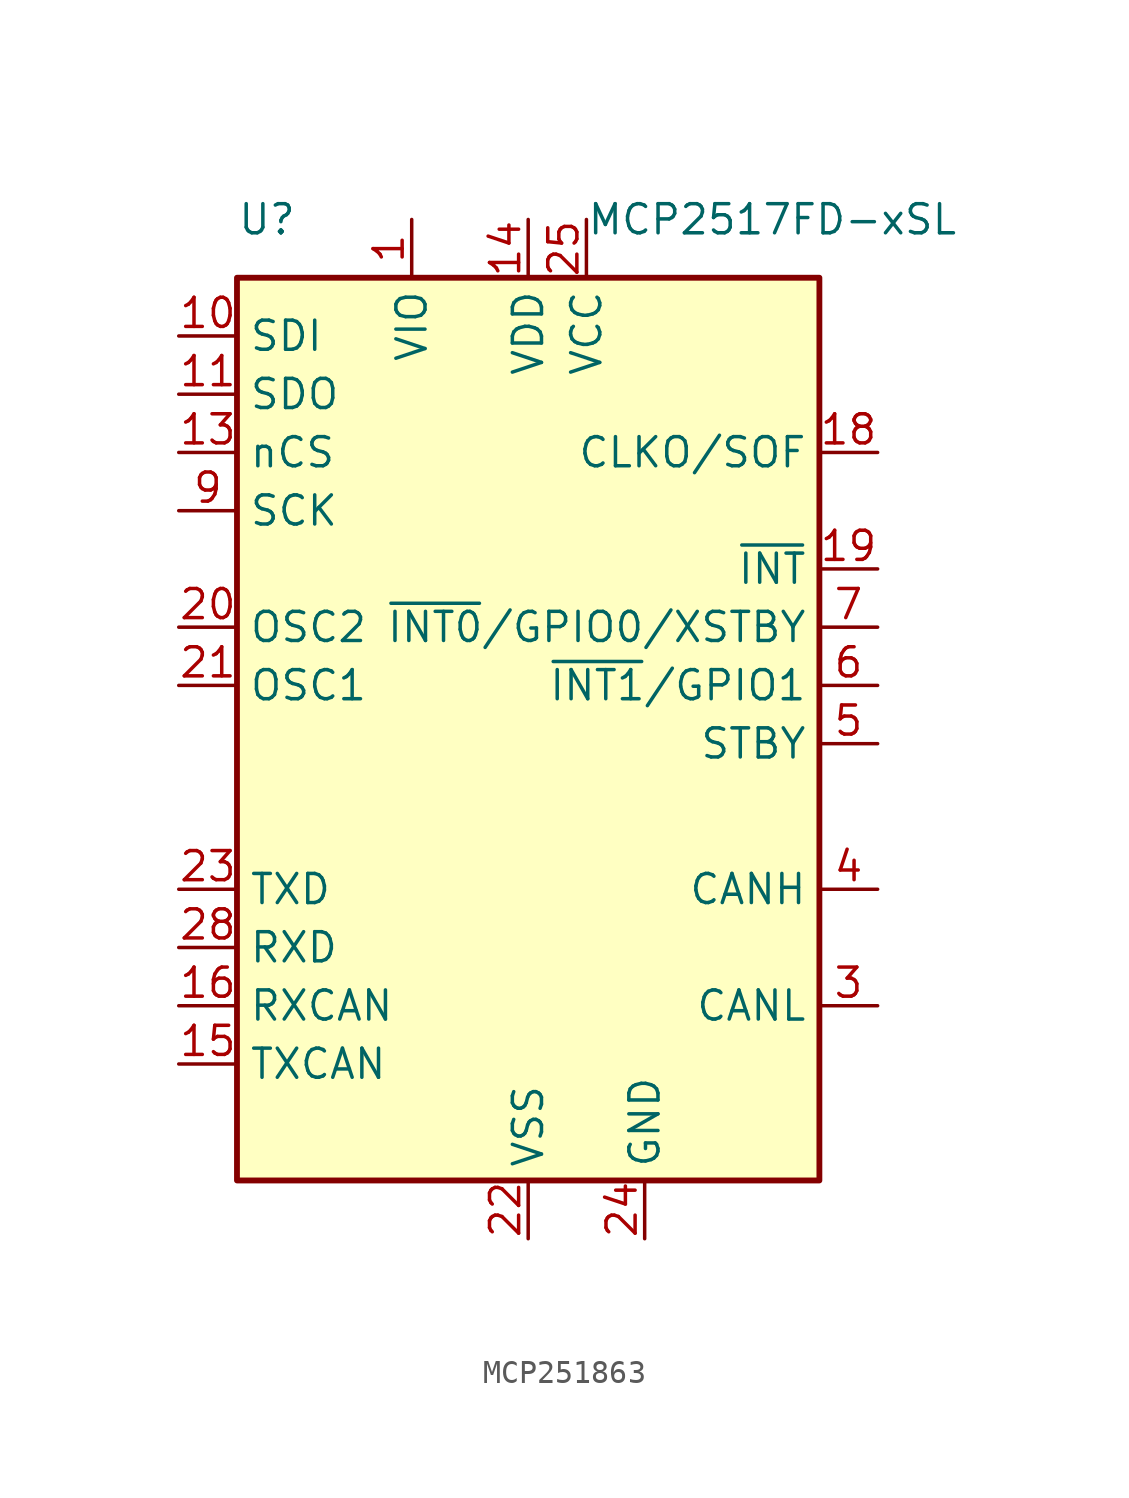
<source format=kicad_sym>
(kicad_symbol_lib
  (version 20220914)
  (generator kicad_symbol_editor)
  (symbol "MCP251863"
    (property "Reference" "U"
      (at -12.7 12.7 0)
      (effects (font (size 1.27 1.27)) (justify left)))
    (property "Value" "MCP2517FD-xSL"
      (at 2.54 12.7 0)
      (effects (font (size 1.27 1.27)) (justify left)))
    (symbol "MCP251863_0_1"
      (rectangle (start -12.7 10.16) (end 12.7 -29.21) (stroke (width 0.254) (type default)) (fill (type background))))
    (symbol "MCP251863_1_1"
      (pin power_in line (at -5.08 12.7 270) (length 2.54) (name "VIO" (effects (font (size 1.27 1.27)))) (number "1" (effects (font (size 1.27 1.27)))))
      (pin input line (at -15.24 7.62 0) (length 2.54) (name "SDI" (effects (font (size 1.27 1.27)))) (number "10" (effects (font (size 1.27 1.27)))))
      (pin output line (at -15.24 5.08 0) (length 2.54) (name "SDO" (effects (font (size 1.27 1.27)))) (number "11" (effects (font (size 1.27 1.27)))))
      (pin input line (at -15.24 2.54 0) (length 2.54) (name "nCS" (effects (font (size 1.27 1.27)))) (number "13" (effects (font (size 1.27 1.27)))))
      (pin power_in line (at 0 12.7 270) (length 2.54) (name "VDD" (effects (font (size 1.27 1.27)))) (number "14" (effects (font (size 1.27 1.27)))))
      (pin output line (at -15.24 -24.13 0) (length 2.54) (name "TXCAN" (effects (font (size 1.27 1.27)))) (number "15" (effects (font (size 1.27 1.27)))))
      (pin input line (at -15.24 -21.59 0) (length 2.54) (name "RXCAN" (effects (font (size 1.27 1.27)))) (number "16" (effects (font (size 1.27 1.27)))))
      (pin output line (at 15.24 2.54 180) (length 2.54) (name "CLKO/SOF" (effects (font (size 1.27 1.27)))) (number "18" (effects (font (size 1.27 1.27)))))
      (pin output line (at 15.24 -2.54 180) (length 2.54) (name "~{INT}" (effects (font (size 1.27 1.27)))) (number "19" (effects (font (size 1.27 1.27)))))
      (pin output line (at -15.24 -5.08 0) (length 2.54) (name "OSC2" (effects (font (size 1.27 1.27)))) (number "20" (effects (font (size 1.27 1.27)))))
      (pin input line (at -15.24 -7.62 0) (length 2.54) (name "OSC1" (effects (font (size 1.27 1.27)))) (number "21" (effects (font (size 1.27 1.27)))))
      (pin power_in line (at 0 -31.75 90) (length 2.54) (name "VSS" (effects (font (size 1.27 1.27)))) (number "22" (effects (font (size 1.27 1.27)))))
      (pin input line (at -15.24 -16.51 0) (length 2.54) (name "TXD" (effects (font (size 1.27 1.27)))) (number "23" (effects (font (size 1.27 1.27)))))
      (pin power_in line (at 5.08 -31.75 90) (length 2.54) (name "GND" (effects (font (size 1.27 1.27)))) (number "24" (effects (font (size 1.27 1.27)))))
      (pin power_in line (at 2.54 12.7 270) (length 2.54) (name "VCC" (effects (font (size 1.27 1.27)))) (number "25" (effects (font (size 1.27 1.27)))))
      (pin output line (at -15.24 -19.05 0) (length 2.54) (name "RXD" (effects (font (size 1.27 1.27)))) (number "28" (effects (font (size 1.27 1.27)))))
      (pin bidirectional line (at 15.24 -21.59 180) (length 2.54) (name "CANL" (effects (font (size 1.27 1.27)))) (number "3" (effects (font (size 1.27 1.27)))))
      (pin bidirectional line (at 15.24 -16.51 180) (length 2.54) (name "CANH" (effects (font (size 1.27 1.27)))) (number "4" (effects (font (size 1.27 1.27)))))
      (pin input line (at 15.24 -10.16 180) (length 2.54) (name "STBY" (effects (font (size 1.27 1.27)))) (number "5" (effects (font (size 1.27 1.27)))))
      (pin bidirectional line (at 15.24 -7.62 180) (length 2.54) (name "~{INT1}/GPIO1" (effects (font (size 1.27 1.27)))) (number "6" (effects (font (size 1.27 1.27)))))
      (pin bidirectional line (at 15.24 -5.08 180) (length 2.54) (name "~{INT0}/GPIO0/XSTBY" (effects (font (size 1.27 1.27)))) (number "7" (effects (font (size 1.27 1.27)))))
      (pin input line (at -15.24 0 0) (length 2.54) (name "SCK" (effects (font (size 1.27 1.27)))) (number "9" (effects (font (size 1.27 1.27))))))))
</source>
